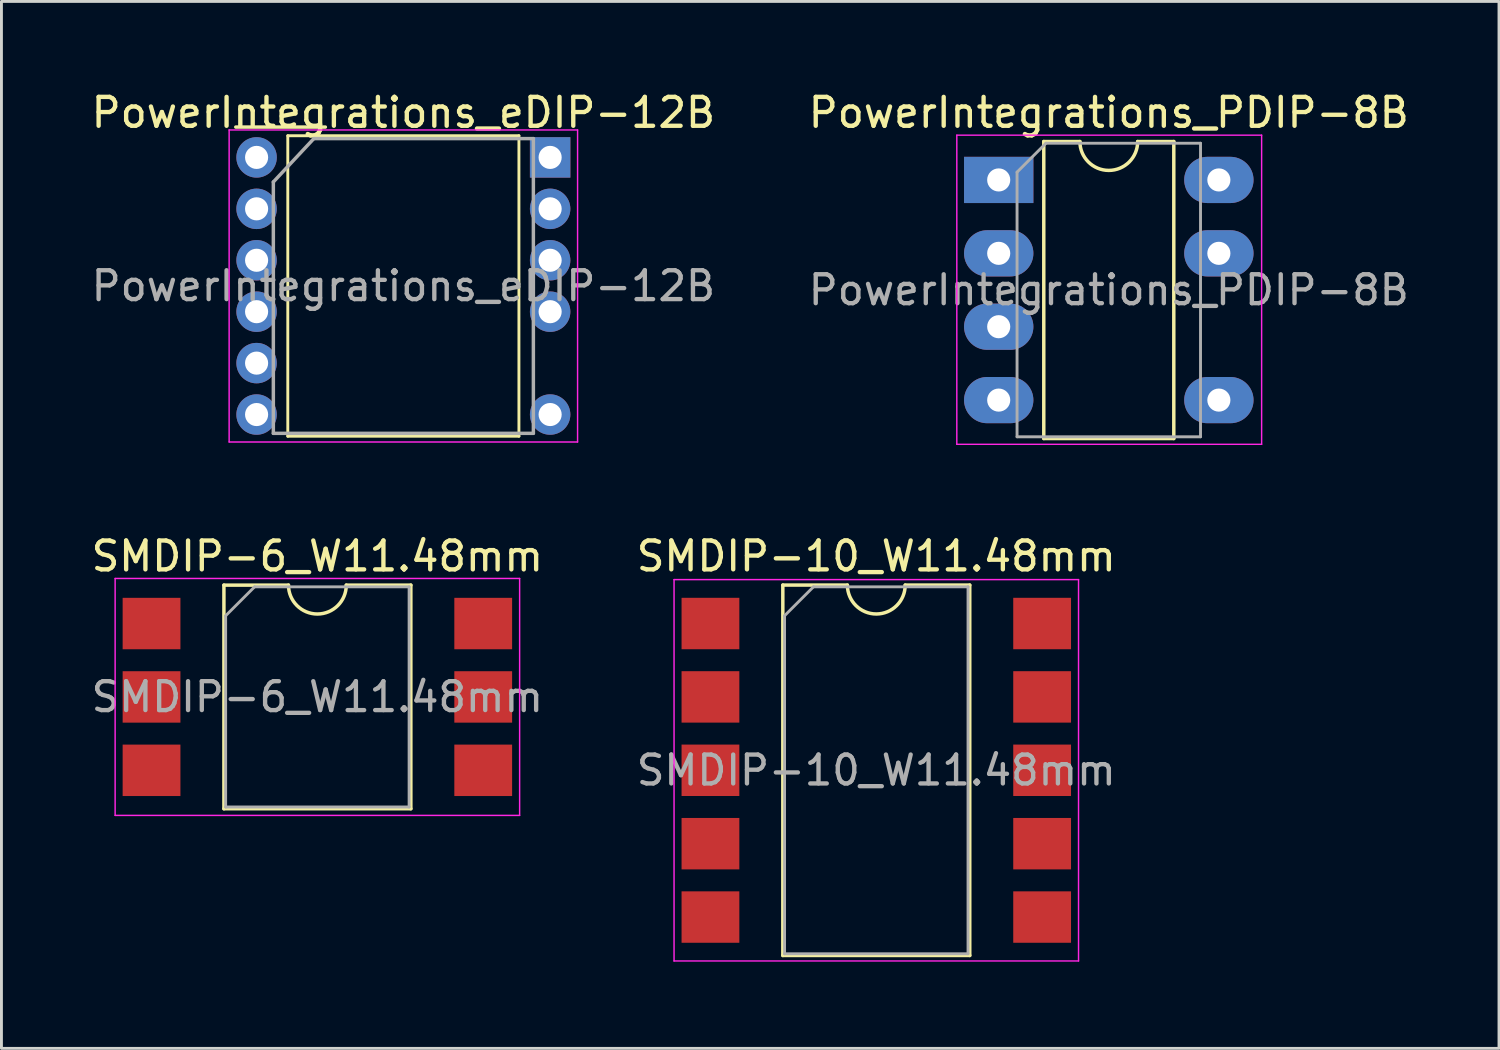
<source format=kicad_pcb>
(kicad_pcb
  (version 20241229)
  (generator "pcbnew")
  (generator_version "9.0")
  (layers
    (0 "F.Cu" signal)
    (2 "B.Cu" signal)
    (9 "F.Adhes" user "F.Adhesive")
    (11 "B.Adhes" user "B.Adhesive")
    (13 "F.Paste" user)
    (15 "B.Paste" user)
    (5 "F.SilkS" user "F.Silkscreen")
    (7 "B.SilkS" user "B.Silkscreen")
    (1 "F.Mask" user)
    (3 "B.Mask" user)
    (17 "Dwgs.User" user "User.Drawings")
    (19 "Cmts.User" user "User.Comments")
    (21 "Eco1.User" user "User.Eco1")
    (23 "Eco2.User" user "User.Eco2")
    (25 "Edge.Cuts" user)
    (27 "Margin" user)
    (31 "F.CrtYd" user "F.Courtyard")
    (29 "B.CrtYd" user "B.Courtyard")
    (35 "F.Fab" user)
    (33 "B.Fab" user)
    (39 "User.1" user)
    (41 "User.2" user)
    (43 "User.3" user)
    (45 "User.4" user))
  (footprint "PowerIntegrations_eDIP-12B"
    (layer "F.Cu")
    (at 15.991 2.398)
    (property "Reference" "PowerIntegrations_eDIP-12B" (at -5.08 -1.55 0) (layer "F.SilkS") (effects (font (size 1 1) (thickness 0.15))))
    (attr through_hole)
    (fp_line (start -10.88 -1.05) (end -7.78 -1.05) (stroke (width 0.12) (type solid)) (layer "F.SilkS"))
    (fp_line (start -9.08 -0.75) (end -9.08 9.65) (stroke (width 0.1) (type solid)) (layer "F.SilkS"))
    (fp_line (start -9.08 9.65) (end -1.08 9.65) (stroke (width 0.1) (type solid)) (layer "F.SilkS"))
    (fp_line (start -1.08 -0.75) (end -9.08 -0.75) (stroke (width 0.1) (type solid)) (layer "F.SilkS"))
    (fp_line (start -1.08 9.65) (end -1.08 -0.75) (stroke (width 0.1) (type solid)) (layer "F.SilkS"))
    (fp_line (start -11.11 -0.95) (end -11.11 9.85) (stroke (width 0.05) (type solid)) (layer "F.CrtYd"))
    (fp_line (start -11.11 -0.95) (end 0.95 -0.95) (stroke (width 0.05) (type solid)) (layer "F.CrtYd"))
    (fp_line (start 0.95 9.85) (end -11.11 9.85) (stroke (width 0.05) (type solid)) (layer "F.CrtYd"))
    (fp_line (start 0.95 9.85) (end 0.95 -0.95) (stroke (width 0.05) (type solid)) (layer "F.CrtYd"))
    (fp_line (start -9.58 0.85) (end -9.58 9.55) (stroke (width 0.12) (type solid)) (layer "F.Fab"))
    (fp_line (start -9.58 9.55) (end -0.58 9.55) (stroke (width 0.12) (type solid)) (layer "F.Fab"))
    (fp_line (start -8.18 -0.65) (end -9.58 0.85) (stroke (width 0.12) (type solid)) (layer "F.Fab"))
    (fp_line (start -0.58 -0.65) (end -8.18 -0.65) (stroke (width 0.12) (type solid)) (layer "F.Fab"))
    (fp_line (start -0.58 9.55) (end -0.58 -0.65) (stroke (width 0.12) (type solid)) (layer "F.Fab"))
    (fp_text user "${REFERENCE}" (at -5.08 4.45 0) (layer "F.Fab") (effects (font (size 1 1) (thickness 0.15))))
    (pad "1" thru_hole rect (at 0 0) (size 1.4 1.4) (drill 0.8) (layers "*.Cu" "*.Mask"))
    (pad "2" thru_hole oval (at 0 1.78) (size 1.4 1.4) (drill 0.8) (layers "*.Cu" "*.Mask"))
    (pad "3" thru_hole oval (at 0 3.56) (size 1.4 1.4) (drill 0.8) (layers "*.Cu" "*.Mask"))
    (pad "4" thru_hole oval (at 0 5.34) (size 1.4 1.4) (drill 0.8) (layers "*.Cu" "*.Mask"))
    (pad "6" thru_hole oval (at 0 8.9) (size 1.4 1.4) (drill 0.8) (layers "*.Cu" "*.Mask"))
    (pad "7" thru_hole oval (at -10.16 8.9) (size 1.4 1.4) (drill 0.8) (layers "*.Cu" "*.Mask"))
    (pad "8" thru_hole oval (at -10.16 7.12) (size 1.4 1.4) (drill 0.8) (layers "*.Cu" "*.Mask"))
    (pad "9" thru_hole oval (at -10.16 5.34) (size 1.4 1.4) (drill 0.8) (layers "*.Cu" "*.Mask"))
    (pad "10" thru_hole oval (at -10.16 3.56) (size 1.4 1.4) (drill 0.8) (layers "*.Cu" "*.Mask"))
    (pad "11" thru_hole oval (at -10.16 1.78) (size 1.4 1.4) (drill 0.8) (layers "*.Cu" "*.Mask"))
    (pad "12" thru_hole circle (at -10.16 0) (size 1.4 1.4) (drill 0.8) (layers "*.Cu" "*.Mask")))
  (footprint "SMDIP-6_W11.48mm"
    (layer "F.Cu")
    (at 7.935 21.072)
    (property "Reference" "SMDIP-6_W11.48mm" (at 0 -4.87 0) (layer "F.SilkS") (effects (font (size 1 1) (thickness 0.15))))
    (attr smd)
    (fp_line (start -3.235 -3.87) (end -3.235 3.87) (stroke (width 0.12) (type solid)) (layer "F.SilkS"))
    (fp_line (start -3.235 3.87) (end 3.235 3.87) (stroke (width 0.12) (type solid)) (layer "F.SilkS"))
    (fp_line (start -1 -3.87) (end -3.235 -3.87) (stroke (width 0.12) (type solid)) (layer "F.SilkS"))
    (fp_line (start 3.235 -3.87) (end 1 -3.87) (stroke (width 0.12) (type solid)) (layer "F.SilkS"))
    (fp_line (start 3.235 3.87) (end 3.235 -3.87) (stroke (width 0.12) (type solid)) (layer "F.SilkS"))
    (fp_arc (start 1 -3.87) (mid 0 -2.87) (end -1 -3.87) (stroke (width 0.12) (type solid)) (layer "F.SilkS"))
    (fp_line (start -7 -4.1) (end -7 4.1) (stroke (width 0.05) (type solid)) (layer "F.CrtYd"))
    (fp_line (start -7 4.1) (end 7 4.1) (stroke (width 0.05) (type solid)) (layer "F.CrtYd"))
    (fp_line (start 7 -4.1) (end -7 -4.1) (stroke (width 0.05) (type solid)) (layer "F.CrtYd"))
    (fp_line (start 7 4.1) (end 7 -4.1) (stroke (width 0.05) (type solid)) (layer "F.CrtYd"))
    (fp_line (start -3.175 -2.81) (end -2.175 -3.81) (stroke (width 0.1) (type solid)) (layer "F.Fab"))
    (fp_line (start -3.175 3.81) (end -3.175 -2.81) (stroke (width 0.1) (type solid)) (layer "F.Fab"))
    (fp_line (start -2.175 -3.81) (end 3.175 -3.81) (stroke (width 0.1) (type solid)) (layer "F.Fab"))
    (fp_line (start 3.175 -3.81) (end 3.175 3.81) (stroke (width 0.1) (type solid)) (layer "F.Fab"))
    (fp_line (start 3.175 3.81) (end -3.175 3.81) (stroke (width 0.1) (type solid)) (layer "F.Fab"))
    (fp_text user "${REFERENCE}" (at 0 0 0) (layer "F.Fab") (effects (font (size 1 1) (thickness 0.15))))
    (pad "1" smd rect (at -5.74 -2.54) (size 2 1.78) (layers "F.Cu" "F.Mask" "F.Paste"))
    (pad "2" smd rect (at -5.74 0) (size 2 1.78) (layers "F.Cu" "F.Mask" "F.Paste"))
    (pad "3" smd rect (at -5.74 2.54) (size 2 1.78) (layers "F.Cu" "F.Mask" "F.Paste"))
    (pad "4" smd rect (at 5.74 2.54) (size 2 1.78) (layers "F.Cu" "F.Mask" "F.Paste"))
    (pad "5" smd rect (at 5.74 0) (size 2 1.78) (layers "F.Cu" "F.Mask" "F.Paste"))
    (pad "6" smd rect (at 5.74 -2.54) (size 2 1.78) (layers "F.Cu" "F.Mask" "F.Paste")))
  (footprint "SMDIP-10_W11.48mm"
    (layer "F.Cu")
    (at 27.28 23.611)
    (property "Reference" "SMDIP-10_W11.48mm" (at 0 -7.41 0) (layer "F.SilkS") (effects (font (size 1 1) (thickness 0.15))))
    (attr smd)
    (fp_line (start -3.235 -6.41) (end -3.235 6.41) (stroke (width 0.12) (type solid)) (layer "F.SilkS"))
    (fp_line (start -3.235 6.41) (end 3.235 6.41) (stroke (width 0.12) (type solid)) (layer "F.SilkS"))
    (fp_line (start -1 -6.41) (end -3.235 -6.41) (stroke (width 0.12) (type solid)) (layer "F.SilkS"))
    (fp_line (start 3.235 -6.41) (end 1 -6.41) (stroke (width 0.12) (type solid)) (layer "F.SilkS"))
    (fp_line (start 3.235 6.41) (end 3.235 -6.41) (stroke (width 0.12) (type solid)) (layer "F.SilkS"))
    (fp_arc (start 1 -6.41) (mid 0 -5.41) (end -1 -6.41) (stroke (width 0.12) (type solid)) (layer "F.SilkS"))
    (fp_line (start -7 -6.6) (end -7 6.6) (stroke (width 0.05) (type solid)) (layer "F.CrtYd"))
    (fp_line (start -7 6.6) (end 7 6.6) (stroke (width 0.05) (type solid)) (layer "F.CrtYd"))
    (fp_line (start 7 -6.6) (end -7 -6.6) (stroke (width 0.05) (type solid)) (layer "F.CrtYd"))
    (fp_line (start 7 6.6) (end 7 -6.6) (stroke (width 0.05) (type solid)) (layer "F.CrtYd"))
    (fp_line (start -3.175 -5.35) (end -2.175 -6.35) (stroke (width 0.1) (type solid)) (layer "F.Fab"))
    (fp_line (start -3.175 6.35) (end -3.175 -5.35) (stroke (width 0.1) (type solid)) (layer "F.Fab"))
    (fp_line (start -2.175 -6.35) (end 3.175 -6.35) (stroke (width 0.1) (type solid)) (layer "F.Fab"))
    (fp_line (start 3.175 -6.35) (end 3.175 6.35) (stroke (width 0.1) (type solid)) (layer "F.Fab"))
    (fp_line (start 3.175 6.35) (end -3.175 6.35) (stroke (width 0.1) (type solid)) (layer "F.Fab"))
    (fp_text user "${REFERENCE}" (at 0 0 0) (layer "F.Fab") (effects (font (size 1 1) (thickness 0.15))))
    (pad "1" smd rect (at -5.74 -5.08) (size 2 1.78) (layers "F.Cu" "F.Mask" "F.Paste"))
    (pad "2" smd rect (at -5.74 -2.54) (size 2 1.78) (layers "F.Cu" "F.Mask" "F.Paste"))
    (pad "3" smd rect (at -5.74 0) (size 2 1.78) (layers "F.Cu" "F.Mask" "F.Paste"))
    (pad "4" smd rect (at -5.74 2.54) (size 2 1.78) (layers "F.Cu" "F.Mask" "F.Paste"))
    (pad "5" smd rect (at -5.74 5.08) (size 2 1.78) (layers "F.Cu" "F.Mask" "F.Paste"))
    (pad "6" smd rect (at 5.74 5.08) (size 2 1.78) (layers "F.Cu" "F.Mask" "F.Paste"))
    (pad "7" smd rect (at 5.74 2.54) (size 2 1.78) (layers "F.Cu" "F.Mask" "F.Paste"))
    (pad "8" smd rect (at 5.74 0) (size 2 1.78) (layers "F.Cu" "F.Mask" "F.Paste"))
    (pad "9" smd rect (at 5.74 -2.54) (size 2 1.78) (layers "F.Cu" "F.Mask" "F.Paste"))
    (pad "10" smd rect (at 5.74 -5.08) (size 2 1.78) (layers "F.Cu" "F.Mask" "F.Paste")))
  (footprint "PowerIntegrations_PDIP-8B"
    (layer "F.Cu")
    (at 31.517 3.178)
    (property "Reference" "PowerIntegrations_PDIP-8B" (at 3.81 -2.33 0) (layer "F.SilkS") (effects (font (size 1 1) (thickness 0.15))))
    (attr through_hole)
    (fp_line (start 1.56 -1.33) (end 1.56 8.95) (stroke (width 0.12) (type solid)) (layer "F.SilkS"))
    (fp_line (start 1.56 8.95) (end 6.06 8.95) (stroke (width 0.12) (type solid)) (layer "F.SilkS"))
    (fp_line (start 2.81 -1.33) (end 1.56 -1.33) (stroke (width 0.12) (type solid)) (layer "F.SilkS"))
    (fp_line (start 6.06 -1.33) (end 4.81 -1.33) (stroke (width 0.12) (type solid)) (layer "F.SilkS"))
    (fp_line (start 6.06 8.95) (end 6.06 -1.33) (stroke (width 0.12) (type solid)) (layer "F.SilkS"))
    (fp_arc (start 4.81 -1.33) (mid 3.81 -0.33) (end 2.81 -1.33) (stroke (width 0.12) (type solid)) (layer "F.SilkS"))
    (fp_line (start -1.45 -1.55) (end -1.45 9.15) (stroke (width 0.05) (type solid)) (layer "F.CrtYd"))
    (fp_line (start -1.45 9.15) (end 9.1 9.15) (stroke (width 0.05) (type solid)) (layer "F.CrtYd"))
    (fp_line (start 9.1 -1.55) (end -1.45 -1.55) (stroke (width 0.05) (type solid)) (layer "F.CrtYd"))
    (fp_line (start 9.1 9.15) (end 9.1 -1.55) (stroke (width 0.05) (type solid)) (layer "F.CrtYd"))
    (fp_line (start 0.635 -0.27) (end 1.635 -1.27) (stroke (width 0.1) (type solid)) (layer "F.Fab"))
    (fp_line (start 0.635 8.89) (end 0.635 -0.27) (stroke (width 0.1) (type solid)) (layer "F.Fab"))
    (fp_line (start 1.635 -1.27) (end 6.985 -1.27) (stroke (width 0.1) (type solid)) (layer "F.Fab"))
    (fp_line (start 6.985 -1.27) (end 6.985 8.89) (stroke (width 0.1) (type solid)) (layer "F.Fab"))
    (fp_line (start 6.985 8.89) (end 0.635 8.89) (stroke (width 0.1) (type solid)) (layer "F.Fab"))
    (fp_text user "${REFERENCE}" (at 3.81 3.81 0) (layer "F.Fab") (effects (font (size 1 1) (thickness 0.15))))
    (pad "1" thru_hole rect (at 0 0) (size 2.4 1.6) (drill 0.8) (layers "*.Cu" "*.Mask"))
    (pad "2" thru_hole oval (at 0 2.54) (size 2.4 1.6) (drill 0.8) (layers "*.Cu" "*.Mask"))
    (pad "3" thru_hole oval (at 0 5.08) (size 2.4 1.6) (drill 0.8) (layers "*.Cu" "*.Mask"))
    (pad "4" thru_hole oval (at 0 7.62) (size 2.4 1.6) (drill 0.8) (layers "*.Cu" "*.Mask"))
    (pad "5" thru_hole oval (at 7.62 7.62) (size 2.4 1.6) (drill 0.8) (layers "*.Cu" "*.Mask"))
    (pad "7" thru_hole oval (at 7.62 2.54) (size 2.4 1.6) (drill 0.8) (layers "*.Cu" "*.Mask"))
    (pad "8" thru_hole oval (at 7.62 0) (size 2.4 1.6) (drill 0.8) (layers "*.Cu" "*.Mask")))
  (gr_rect
    (start -3 -3)
    (end 48.833 33.236)
    (stroke (width 0.1) (type default))
    (fill no)
    (layer "Edge.Cuts")))
</source>
